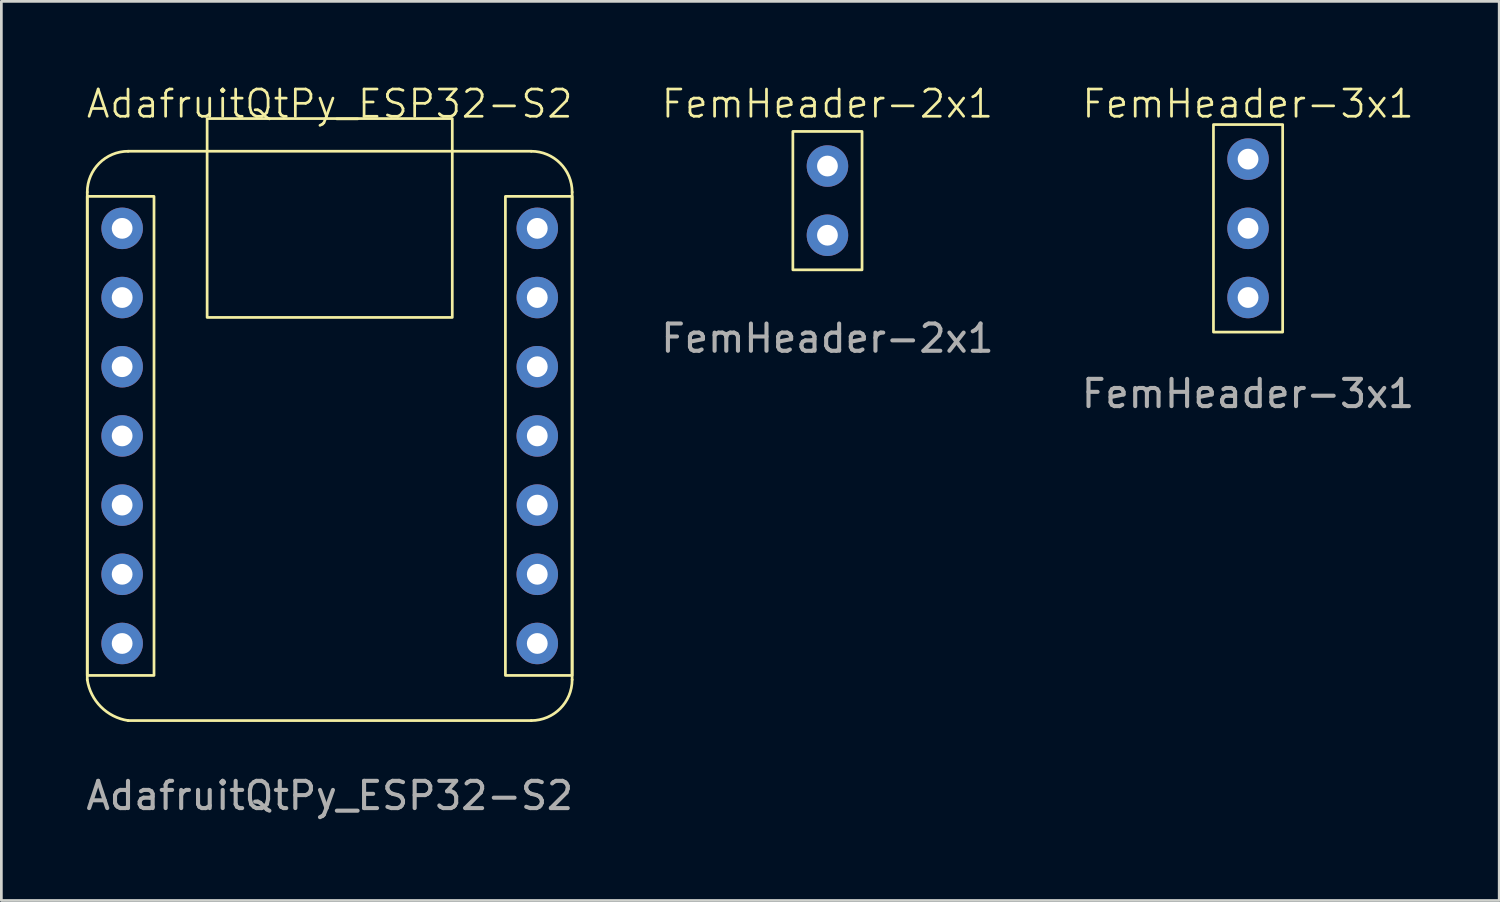
<source format=kicad_pcb>
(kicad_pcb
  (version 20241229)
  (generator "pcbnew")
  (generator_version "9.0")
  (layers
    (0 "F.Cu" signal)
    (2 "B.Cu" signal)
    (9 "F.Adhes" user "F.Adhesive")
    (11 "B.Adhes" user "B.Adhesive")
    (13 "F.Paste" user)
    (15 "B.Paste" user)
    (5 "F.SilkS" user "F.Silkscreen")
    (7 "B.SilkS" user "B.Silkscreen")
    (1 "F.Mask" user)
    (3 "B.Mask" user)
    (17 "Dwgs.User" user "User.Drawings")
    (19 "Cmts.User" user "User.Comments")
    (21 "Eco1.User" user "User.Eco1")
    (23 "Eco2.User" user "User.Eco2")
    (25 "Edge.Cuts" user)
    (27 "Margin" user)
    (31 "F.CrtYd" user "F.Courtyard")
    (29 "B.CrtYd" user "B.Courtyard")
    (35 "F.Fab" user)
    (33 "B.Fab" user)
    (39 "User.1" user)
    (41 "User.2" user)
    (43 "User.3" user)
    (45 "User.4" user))
  (footprint "AdafruitQtPy_ESP32-S2"
    (layer "F.Cu")
    (at 9.054 12.953)
    (property "Reference" "AdafruitQtPy_ESP32-S2" (at 0 -12.192 0) (unlocked yes) (layer "F.SilkS") (effects (font (size 1 1) (thickness 0.1))))
    (attr through_hole)
    (fp_line (start -8.9 -8.95) (end -8.9 8.95) (stroke (width 0.1) (type default)) (layer "F.SilkS"))
    (fp_line (start -7.4 -10.45) (end 7.4 -10.45) (stroke (width 0.1) (type default)) (layer "F.SilkS"))
    (fp_line (start -7.4 10.45) (end 7.4 10.45) (stroke (width 0.1) (type default)) (layer "F.SilkS"))
    (fp_line (start 8.9 -8.95) (end 8.9 8.95) (stroke (width 0.1) (type default)) (layer "F.SilkS"))
    (fp_rect (start -8.9 -8.793) (end -6.45 8.793) (stroke (width 0.1) (type default)) (fill no) (layer "F.SilkS"))
    (fp_rect (start -4.5 -11.65) (end 4.5 -4.35) (stroke (width 0.1) (type default)) (fill no) (layer "F.SilkS"))
    (fp_rect (start 6.45 -8.793) (end 8.9 8.793) (stroke (width 0.1) (type default)) (fill no) (layer "F.SilkS"))
    (fp_arc (start -8.9 -8.95) (mid -8.460661 -10.010661) (end -7.4 -10.45) (stroke (width 0.1) (type default)) (layer "F.SilkS"))
    (fp_arc (start -7.4 10.45) (mid -8.397299 9.947299) (end -8.9 8.95) (stroke (width 0.1) (type default)) (layer "F.SilkS"))
    (fp_arc (start 7.4 -10.45) (mid 8.460661 -10.010661) (end 8.9 -8.95) (stroke (width 0.1) (type default)) (layer "F.SilkS"))
    (fp_arc (start 8.9 8.95) (mid 8.46066 10.01066) (end 7.4 10.45) (stroke (width 0.1) (type default)) (layer "F.SilkS"))
    (fp_text user "${REFERENCE}" (at 0 13.208 0) (unlocked yes) (layer "F.Fab") (effects (font (size 1 1) (thickness 0.15))))
    (pad "0" thru_hole circle (at 7.62 -7.62) (size 1.524 1.524) (drill 0.762) (layers "*.Cu" "*.Mask"))
    (pad "2" thru_hole circle (at 7.62 -5.08) (size 1.524 1.524) (drill 0.762) (layers "*.Cu" "*.Mask"))
    (pad "3" thru_hole circle (at 7.62 -2.54) (size 1.524 1.524) (drill 0.762) (layers "*.Cu" "*.Mask"))
    (pad "5" thru_hole circle (at -7.62 7.62) (size 1.524 1.524) (drill 0.762) (layers "*.Cu" "*.Mask"))
    (pad "6" thru_hole circle (at -7.62 5.08) (size 1.524 1.524) (drill 0.762) (layers "*.Cu" "*.Mask"))
    (pad "7" thru_hole circle (at -7.62 2.54) (size 1.524 1.524) (drill 0.762) (layers "*.Cu" "*.Mask"))
    (pad "8" thru_hole circle (at -7.62 0) (size 1.524 1.524) (drill 0.762) (layers "*.Cu" "*.Mask"))
    (pad "9" thru_hole circle (at -7.62 -2.54) (size 1.524 1.524) (drill 0.762) (layers "*.Cu" "*.Mask"))
    (pad "16" thru_hole circle (at 7.62 7.62) (size 1.524 1.524) (drill 0.762) (layers "*.Cu" "*.Mask"))
    (pad "17" thru_hole circle (at -7.62 -5.08) (size 1.524 1.524) (drill 0.762) (layers "*.Cu" "*.Mask"))
    (pad "18" thru_hole circle (at -7.62 -7.62) (size 1.524 1.524) (drill 0.762) (layers "*.Cu" "*.Mask"))
    (pad "35" thru_hole circle (at 7.62 0) (size 1.524 1.524) (drill 0.762) (layers "*.Cu" "*.Mask"))
    (pad "36" thru_hole circle (at 7.62 5.08) (size 1.524 1.524) (drill 0.762) (layers "*.Cu" "*.Mask"))
    (pad "37" thru_hole circle (at 7.62 2.54) (size 1.524 1.524) (drill 0.762) (layers "*.Cu" "*.Mask")))
  (footprint "FemHeader-2x1"
    (layer "F.Cu")
    (at 27.327 4.316)
    (property "Reference" "FemHeader-2x1" (at 0 -3.556 0) (unlocked yes) (layer "F.SilkS") (effects (font (size 1 1) (thickness 0.1))))
    (attr through_hole)
    (fp_rect (start -1.27 -2.54) (end 1.27 2.54) (stroke (width 0.1) (type default)) (fill no) (layer "F.SilkS"))
    (fp_text user "${REFERENCE}" (at 0 5.056 0) (unlocked yes) (layer "F.Fab") (effects (font (size 1 1) (thickness 0.15))))
    (pad "1" thru_hole circle (at 0 -1.27) (size 1.524 1.524) (drill 0.762) (layers "*.Cu" "*.Mask"))
    (pad "2" thru_hole circle (at 0 1.27) (size 1.524 1.524) (drill 0.762) (layers "*.Cu" "*.Mask")))
  (footprint "FemHeader-3x1"
    (layer "F.Cu")
    (at 42.768 5.332)
    (property "Reference" "FemHeader-3x1" (at 0 -4.572 0) (unlocked yes) (layer "F.SilkS") (effects (font (size 1 1) (thickness 0.1))))
    (attr through_hole)
    (fp_rect (start -1.27 -3.81) (end 1.27 3.81) (stroke (width 0.1) (type default)) (fill no) (layer "F.SilkS"))
    (fp_text user "${REFERENCE}" (at 0 6.072 0) (unlocked yes) (layer "F.Fab") (effects (font (size 1 1) (thickness 0.15))))
    (pad "1" thru_hole circle (at 0 -2.54) (size 1.524 1.524) (drill 0.762) (layers "*.Cu" "*.Mask"))
    (pad "2" thru_hole circle (at 0 0) (size 1.524 1.524) (drill 0.762) (layers "*.Cu" "*.Mask"))
    (pad "3" thru_hole circle (at 0 2.54) (size 1.524 1.524) (drill 0.762) (layers "*.Cu" "*.Mask")))
  (gr_rect
    (start -3 -3)
    (end 51.988 30.009)
    (stroke (width 0.1) (type default))
    (fill no)
    (layer "Edge.Cuts")))
</source>
